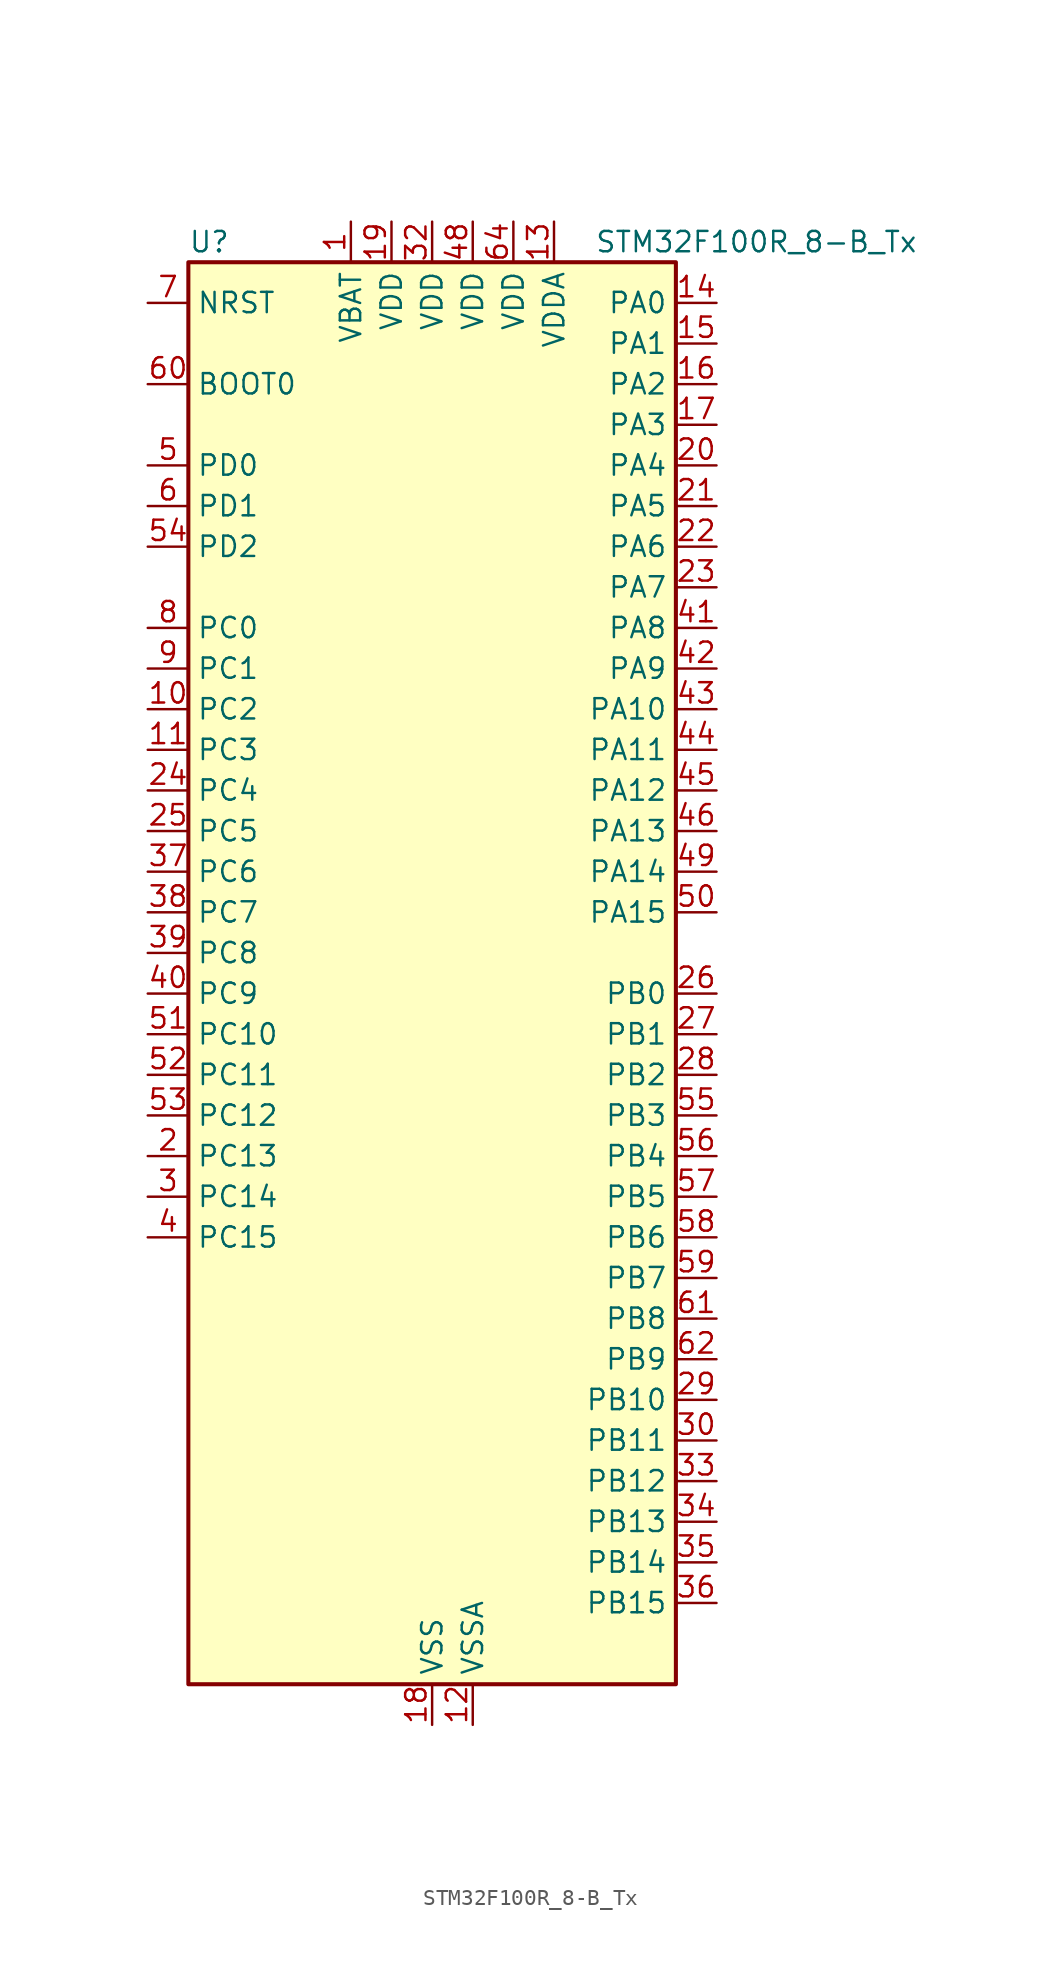
<source format=kicad_sym>
(kicad_symbol_lib
  (version 20220914)
  (generator kicad_symbol_editor)
  (symbol "STM32F100R_8-B_Tx"
    (property "Reference" "U"
      (at -15.24 46.99 0)
      (effects (font (size 1.27 1.27)) (justify left)))
    (property "Value" "STM32F100R_8-B_Tx"
      (at 10.16 46.99 0)
      (effects (font (size 1.27 1.27)) (justify left)))
    (property "ki_locked" ""
      (at 0 0 0)
      (effects (font (size 1.27 1.27))))
    (symbol "STM32F100R_8-B_Tx_0_1"
      (rectangle (start -15.24 -43.18) (end 15.24 45.72) (stroke (width 0.254) (type default)) (fill (type background))))
    (symbol "STM32F100R_8-B_Tx_1_1"
      (pin power_in line (at -5.08 48.26 270) (length 2.54) (name "VBAT" (effects (font (size 1.27 1.27)))) (number "1" (effects (font (size 1.27 1.27)))))
      (pin bidirectional line (at -17.78 17.78 0) (length 2.54) (name "PC2" (effects (font (size 1.27 1.27)))) (number "10" (effects (font (size 1.27 1.27)))) (alternate "ADC1_IN12" bidirectional line))
      (pin bidirectional line (at -17.78 15.24 0) (length 2.54) (name "PC3" (effects (font (size 1.27 1.27)))) (number "11" (effects (font (size 1.27 1.27)))) (alternate "ADC1_IN13" bidirectional line))
      (pin power_in line (at 2.54 -45.72 90) (length 2.54) (name "VSSA" (effects (font (size 1.27 1.27)))) (number "12" (effects (font (size 1.27 1.27)))))
      (pin power_in line (at 7.62 48.26 270) (length 2.54) (name "VDDA" (effects (font (size 1.27 1.27)))) (number "13" (effects (font (size 1.27 1.27)))))
      (pin bidirectional line (at 17.78 43.18 180) (length 2.54) (name "PA0" (effects (font (size 1.27 1.27)))) (number "14" (effects (font (size 1.27 1.27)))) (alternate "ADC1_IN0" bidirectional line) (alternate "SYS_WKUP" bidirectional line) (alternate "TIM2_CH1" bidirectional line) (alternate "TIM2_ETR" bidirectional line) (alternate "USART2_CTS" bidirectional line))
      (pin bidirectional line (at 17.78 40.64 180) (length 2.54) (name "PA1" (effects (font (size 1.27 1.27)))) (number "15" (effects (font (size 1.27 1.27)))) (alternate "ADC1_IN1" bidirectional line) (alternate "TIM2_CH2" bidirectional line) (alternate "USART2_RTS" bidirectional line))
      (pin bidirectional line (at 17.78 38.1 180) (length 2.54) (name "PA2" (effects (font (size 1.27 1.27)))) (number "16" (effects (font (size 1.27 1.27)))) (alternate "ADC1_IN2" bidirectional line) (alternate "TIM15_CH1" bidirectional line) (alternate "TIM2_CH3" bidirectional line) (alternate "USART2_TX" bidirectional line))
      (pin bidirectional line (at 17.78 35.56 180) (length 2.54) (name "PA3" (effects (font (size 1.27 1.27)))) (number "17" (effects (font (size 1.27 1.27)))) (alternate "ADC1_IN3" bidirectional line) (alternate "TIM15_CH2" bidirectional line) (alternate "TIM2_CH4" bidirectional line) (alternate "USART2_RX" bidirectional line))
      (pin power_in line (at 0 -45.72 90) (length 2.54) (name "VSS" (effects (font (size 1.27 1.27)))) (number "18" (effects (font (size 1.27 1.27)))))
      (pin power_in line (at -2.54 48.26 270) (length 2.54) (name "VDD" (effects (font (size 1.27 1.27)))) (number "19" (effects (font (size 1.27 1.27)))))
      (pin bidirectional line (at -17.78 -10.16 0) (length 2.54) (name "PC13" (effects (font (size 1.27 1.27)))) (number "2" (effects (font (size 1.27 1.27)))) (alternate "RTC_OUT" bidirectional line) (alternate "RTC_TAMPER" bidirectional line))
      (pin bidirectional line (at 17.78 33.02 180) (length 2.54) (name "PA4" (effects (font (size 1.27 1.27)))) (number "20" (effects (font (size 1.27 1.27)))) (alternate "ADC1_IN4" bidirectional line) (alternate "DAC_OUT1" bidirectional line) (alternate "SPI1_NSS" bidirectional line) (alternate "USART2_CK" bidirectional line))
      (pin bidirectional line (at 17.78 30.48 180) (length 2.54) (name "PA5" (effects (font (size 1.27 1.27)))) (number "21" (effects (font (size 1.27 1.27)))) (alternate "ADC1_IN5" bidirectional line) (alternate "DAC_OUT2" bidirectional line) (alternate "SPI1_SCK" bidirectional line))
      (pin bidirectional line (at 17.78 27.94 180) (length 2.54) (name "PA6" (effects (font (size 1.27 1.27)))) (number "22" (effects (font (size 1.27 1.27)))) (alternate "ADC1_IN6" bidirectional line) (alternate "SPI1_MISO" bidirectional line) (alternate "TIM16_CH1" bidirectional line) (alternate "TIM1_BKIN" bidirectional line) (alternate "TIM3_CH1" bidirectional line))
      (pin bidirectional line (at 17.78 25.4 180) (length 2.54) (name "PA7" (effects (font (size 1.27 1.27)))) (number "23" (effects (font (size 1.27 1.27)))) (alternate "ADC1_IN7" bidirectional line) (alternate "SPI1_MOSI" bidirectional line) (alternate "TIM17_CH1" bidirectional line) (alternate "TIM1_CH1N" bidirectional line) (alternate "TIM3_CH2" bidirectional line))
      (pin bidirectional line (at -17.78 12.7 0) (length 2.54) (name "PC4" (effects (font (size 1.27 1.27)))) (number "24" (effects (font (size 1.27 1.27)))) (alternate "ADC1_IN14" bidirectional line))
      (pin bidirectional line (at -17.78 10.16 0) (length 2.54) (name "PC5" (effects (font (size 1.27 1.27)))) (number "25" (effects (font (size 1.27 1.27)))) (alternate "ADC1_IN15" bidirectional line))
      (pin bidirectional line (at 17.78 0 180) (length 2.54) (name "PB0" (effects (font (size 1.27 1.27)))) (number "26" (effects (font (size 1.27 1.27)))) (alternate "ADC1_IN8" bidirectional line) (alternate "TIM1_CH2N" bidirectional line) (alternate "TIM3_CH3" bidirectional line))
      (pin bidirectional line (at 17.78 -2.54 180) (length 2.54) (name "PB1" (effects (font (size 1.27 1.27)))) (number "27" (effects (font (size 1.27 1.27)))) (alternate "ADC1_IN9" bidirectional line) (alternate "TIM1_CH3N" bidirectional line) (alternate "TIM3_CH4" bidirectional line))
      (pin bidirectional line (at 17.78 -5.08 180) (length 2.54) (name "PB2" (effects (font (size 1.27 1.27)))) (number "28" (effects (font (size 1.27 1.27)))))
      (pin bidirectional line (at 17.78 -25.4 180) (length 2.54) (name "PB10" (effects (font (size 1.27 1.27)))) (number "29" (effects (font (size 1.27 1.27)))) (alternate "CEC" bidirectional line) (alternate "I2C2_SCL" bidirectional line) (alternate "TIM2_CH3" bidirectional line) (alternate "USART3_TX" bidirectional line))
      (pin bidirectional line (at -17.78 -12.7 0) (length 2.54) (name "PC14" (effects (font (size 1.27 1.27)))) (number "3" (effects (font (size 1.27 1.27)))) (alternate "RCC_OSC32_IN" bidirectional line))
      (pin bidirectional line (at 17.78 -27.94 180) (length 2.54) (name "PB11" (effects (font (size 1.27 1.27)))) (number "30" (effects (font (size 1.27 1.27)))) (alternate "ADC1_EXTI11" bidirectional line) (alternate "I2C2_SDA" bidirectional line) (alternate "TIM2_CH4" bidirectional line) (alternate "USART3_RX" bidirectional line))
      (pin passive line (at 0 -45.72 90) (length 2.54) hide (name "VSS" (effects (font (size 1.27 1.27)))) (number "31" (effects (font (size 1.27 1.27)))))
      (pin power_in line (at 0 48.26 270) (length 2.54) (name "VDD" (effects (font (size 1.27 1.27)))) (number "32" (effects (font (size 1.27 1.27)))))
      (pin bidirectional line (at 17.78 -30.48 180) (length 2.54) (name "PB12" (effects (font (size 1.27 1.27)))) (number "33" (effects (font (size 1.27 1.27)))) (alternate "I2C2_SMBA" bidirectional line) (alternate "SPI2_NSS" bidirectional line) (alternate "TIM1_BKIN" bidirectional line) (alternate "USART3_CK" bidirectional line))
      (pin bidirectional line (at 17.78 -33.02 180) (length 2.54) (name "PB13" (effects (font (size 1.27 1.27)))) (number "34" (effects (font (size 1.27 1.27)))) (alternate "SPI2_SCK" bidirectional line) (alternate "TIM1_CH1N" bidirectional line) (alternate "USART3_CTS" bidirectional line))
      (pin bidirectional line (at 17.78 -35.56 180) (length 2.54) (name "PB14" (effects (font (size 1.27 1.27)))) (number "35" (effects (font (size 1.27 1.27)))) (alternate "SPI2_MISO" bidirectional line) (alternate "TIM15_CH1" bidirectional line) (alternate "TIM1_CH2N" bidirectional line) (alternate "USART3_RTS" bidirectional line))
      (pin bidirectional line (at 17.78 -38.1 180) (length 2.54) (name "PB15" (effects (font (size 1.27 1.27)))) (number "36" (effects (font (size 1.27 1.27)))) (alternate "ADC1_EXTI15" bidirectional line) (alternate "SPI2_MOSI" bidirectional line) (alternate "TIM15_CH1N" bidirectional line) (alternate "TIM15_CH2" bidirectional line) (alternate "TIM1_CH3N" bidirectional line))
      (pin bidirectional line (at -17.78 7.62 0) (length 2.54) (name "PC6" (effects (font (size 1.27 1.27)))) (number "37" (effects (font (size 1.27 1.27)))) (alternate "TIM3_CH1" bidirectional line))
      (pin bidirectional line (at -17.78 5.08 0) (length 2.54) (name "PC7" (effects (font (size 1.27 1.27)))) (number "38" (effects (font (size 1.27 1.27)))) (alternate "TIM3_CH2" bidirectional line))
      (pin bidirectional line (at -17.78 2.54 0) (length 2.54) (name "PC8" (effects (font (size 1.27 1.27)))) (number "39" (effects (font (size 1.27 1.27)))) (alternate "TIM3_CH3" bidirectional line))
      (pin bidirectional line (at -17.78 -15.24 0) (length 2.54) (name "PC15" (effects (font (size 1.27 1.27)))) (number "4" (effects (font (size 1.27 1.27)))) (alternate "ADC1_EXTI15" bidirectional line) (alternate "RCC_OSC32_OUT" bidirectional line))
      (pin bidirectional line (at -17.78 0 0) (length 2.54) (name "PC9" (effects (font (size 1.27 1.27)))) (number "40" (effects (font (size 1.27 1.27)))) (alternate "DAC_EXTI9" bidirectional line) (alternate "TIM3_CH4" bidirectional line))
      (pin bidirectional line (at 17.78 22.86 180) (length 2.54) (name "PA8" (effects (font (size 1.27 1.27)))) (number "41" (effects (font (size 1.27 1.27)))) (alternate "RCC_MCO" bidirectional line) (alternate "TIM1_CH1" bidirectional line) (alternate "USART1_CK" bidirectional line))
      (pin bidirectional line (at 17.78 20.32 180) (length 2.54) (name "PA9" (effects (font (size 1.27 1.27)))) (number "42" (effects (font (size 1.27 1.27)))) (alternate "DAC_EXTI9" bidirectional line) (alternate "TIM15_BKIN" bidirectional line) (alternate "TIM1_CH2" bidirectional line) (alternate "USART1_TX" bidirectional line))
      (pin bidirectional line (at 17.78 17.78 180) (length 2.54) (name "PA10" (effects (font (size 1.27 1.27)))) (number "43" (effects (font (size 1.27 1.27)))) (alternate "TIM17_BKIN" bidirectional line) (alternate "TIM1_CH3" bidirectional line) (alternate "USART1_RX" bidirectional line))
      (pin bidirectional line (at 17.78 15.24 180) (length 2.54) (name "PA11" (effects (font (size 1.27 1.27)))) (number "44" (effects (font (size 1.27 1.27)))) (alternate "ADC1_EXTI11" bidirectional line) (alternate "TIM1_CH4" bidirectional line) (alternate "USART1_CTS" bidirectional line))
      (pin bidirectional line (at 17.78 12.7 180) (length 2.54) (name "PA12" (effects (font (size 1.27 1.27)))) (number "45" (effects (font (size 1.27 1.27)))) (alternate "TIM1_ETR" bidirectional line) (alternate "USART1_RTS" bidirectional line))
      (pin bidirectional line (at 17.78 10.16 180) (length 2.54) (name "PA13" (effects (font (size 1.27 1.27)))) (number "46" (effects (font (size 1.27 1.27)))) (alternate "SYS_JTMS-SWDIO" bidirectional line))
      (pin passive line (at 0 -45.72 90) (length 2.54) hide (name "VSS" (effects (font (size 1.27 1.27)))) (number "47" (effects (font (size 1.27 1.27)))))
      (pin power_in line (at 2.54 48.26 270) (length 2.54) (name "VDD" (effects (font (size 1.27 1.27)))) (number "48" (effects (font (size 1.27 1.27)))))
      (pin bidirectional line (at 17.78 7.62 180) (length 2.54) (name "PA14" (effects (font (size 1.27 1.27)))) (number "49" (effects (font (size 1.27 1.27)))) (alternate "SYS_JTCK-SWCLK" bidirectional line))
      (pin bidirectional line (at -17.78 33.02 0) (length 2.54) (name "PD0" (effects (font (size 1.27 1.27)))) (number "5" (effects (font (size 1.27 1.27)))) (alternate "RCC_OSC_IN" bidirectional line))
      (pin bidirectional line (at 17.78 5.08 180) (length 2.54) (name "PA15" (effects (font (size 1.27 1.27)))) (number "50" (effects (font (size 1.27 1.27)))) (alternate "ADC1_EXTI15" bidirectional line) (alternate "SPI1_NSS" bidirectional line) (alternate "SYS_JTDI" bidirectional line) (alternate "TIM2_CH1" bidirectional line) (alternate "TIM2_ETR" bidirectional line))
      (pin bidirectional line (at -17.78 -2.54 0) (length 2.54) (name "PC10" (effects (font (size 1.27 1.27)))) (number "51" (effects (font (size 1.27 1.27)))) (alternate "USART3_TX" bidirectional line))
      (pin bidirectional line (at -17.78 -5.08 0) (length 2.54) (name "PC11" (effects (font (size 1.27 1.27)))) (number "52" (effects (font (size 1.27 1.27)))) (alternate "ADC1_EXTI11" bidirectional line) (alternate "USART3_RX" bidirectional line))
      (pin bidirectional line (at -17.78 -7.62 0) (length 2.54) (name "PC12" (effects (font (size 1.27 1.27)))) (number "53" (effects (font (size 1.27 1.27)))) (alternate "USART3_CK" bidirectional line))
      (pin bidirectional line (at -17.78 27.94 0) (length 2.54) (name "PD2" (effects (font (size 1.27 1.27)))) (number "54" (effects (font (size 1.27 1.27)))) (alternate "TIM3_ETR" bidirectional line))
      (pin bidirectional line (at 17.78 -7.62 180) (length 2.54) (name "PB3" (effects (font (size 1.27 1.27)))) (number "55" (effects (font (size 1.27 1.27)))) (alternate "SPI1_SCK" bidirectional line) (alternate "SYS_JTDO-TRACESWO" bidirectional line) (alternate "TIM2_CH2" bidirectional line))
      (pin bidirectional line (at 17.78 -10.16 180) (length 2.54) (name "PB4" (effects (font (size 1.27 1.27)))) (number "56" (effects (font (size 1.27 1.27)))) (alternate "SPI1_MISO" bidirectional line) (alternate "SYS_NJTRST" bidirectional line) (alternate "TIM3_CH1" bidirectional line))
      (pin bidirectional line (at 17.78 -12.7 180) (length 2.54) (name "PB5" (effects (font (size 1.27 1.27)))) (number "57" (effects (font (size 1.27 1.27)))) (alternate "I2C1_SMBA" bidirectional line) (alternate "SPI1_MOSI" bidirectional line) (alternate "TIM16_BKIN" bidirectional line) (alternate "TIM3_CH2" bidirectional line))
      (pin bidirectional line (at 17.78 -15.24 180) (length 2.54) (name "PB6" (effects (font (size 1.27 1.27)))) (number "58" (effects (font (size 1.27 1.27)))) (alternate "I2C1_SCL" bidirectional line) (alternate "TIM16_CH1N" bidirectional line) (alternate "TIM4_CH1" bidirectional line) (alternate "USART1_TX" bidirectional line))
      (pin bidirectional line (at 17.78 -17.78 180) (length 2.54) (name "PB7" (effects (font (size 1.27 1.27)))) (number "59" (effects (font (size 1.27 1.27)))) (alternate "I2C1_SDA" bidirectional line) (alternate "TIM17_CH1N" bidirectional line) (alternate "TIM4_CH2" bidirectional line) (alternate "USART1_RX" bidirectional line))
      (pin bidirectional line (at -17.78 30.48 0) (length 2.54) (name "PD1" (effects (font (size 1.27 1.27)))) (number "6" (effects (font (size 1.27 1.27)))) (alternate "RCC_OSC_OUT" bidirectional line))
      (pin input line (at -17.78 38.1 0) (length 2.54) (name "BOOT0" (effects (font (size 1.27 1.27)))) (number "60" (effects (font (size 1.27 1.27)))))
      (pin bidirectional line (at 17.78 -20.32 180) (length 2.54) (name "PB8" (effects (font (size 1.27 1.27)))) (number "61" (effects (font (size 1.27 1.27)))) (alternate "CEC" bidirectional line) (alternate "I2C1_SCL" bidirectional line) (alternate "TIM16_CH1" bidirectional line) (alternate "TIM4_CH3" bidirectional line))
      (pin bidirectional line (at 17.78 -22.86 180) (length 2.54) (name "PB9" (effects (font (size 1.27 1.27)))) (number "62" (effects (font (size 1.27 1.27)))) (alternate "DAC_EXTI9" bidirectional line) (alternate "I2C1_SDA" bidirectional line) (alternate "TIM17_CH1" bidirectional line) (alternate "TIM4_CH4" bidirectional line))
      (pin passive line (at 0 -45.72 90) (length 2.54) hide (name "VSS" (effects (font (size 1.27 1.27)))) (number "63" (effects (font (size 1.27 1.27)))))
      (pin power_in line (at 5.08 48.26 270) (length 2.54) (name "VDD" (effects (font (size 1.27 1.27)))) (number "64" (effects (font (size 1.27 1.27)))))
      (pin input line (at -17.78 43.18 0) (length 2.54) (name "NRST" (effects (font (size 1.27 1.27)))) (number "7" (effects (font (size 1.27 1.27)))))
      (pin bidirectional line (at -17.78 22.86 0) (length 2.54) (name "PC0" (effects (font (size 1.27 1.27)))) (number "8" (effects (font (size 1.27 1.27)))) (alternate "ADC1_IN10" bidirectional line))
      (pin bidirectional line (at -17.78 20.32 0) (length 2.54) (name "PC1" (effects (font (size 1.27 1.27)))) (number "9" (effects (font (size 1.27 1.27)))) (alternate "ADC1_IN11" bidirectional line)))))
</source>
